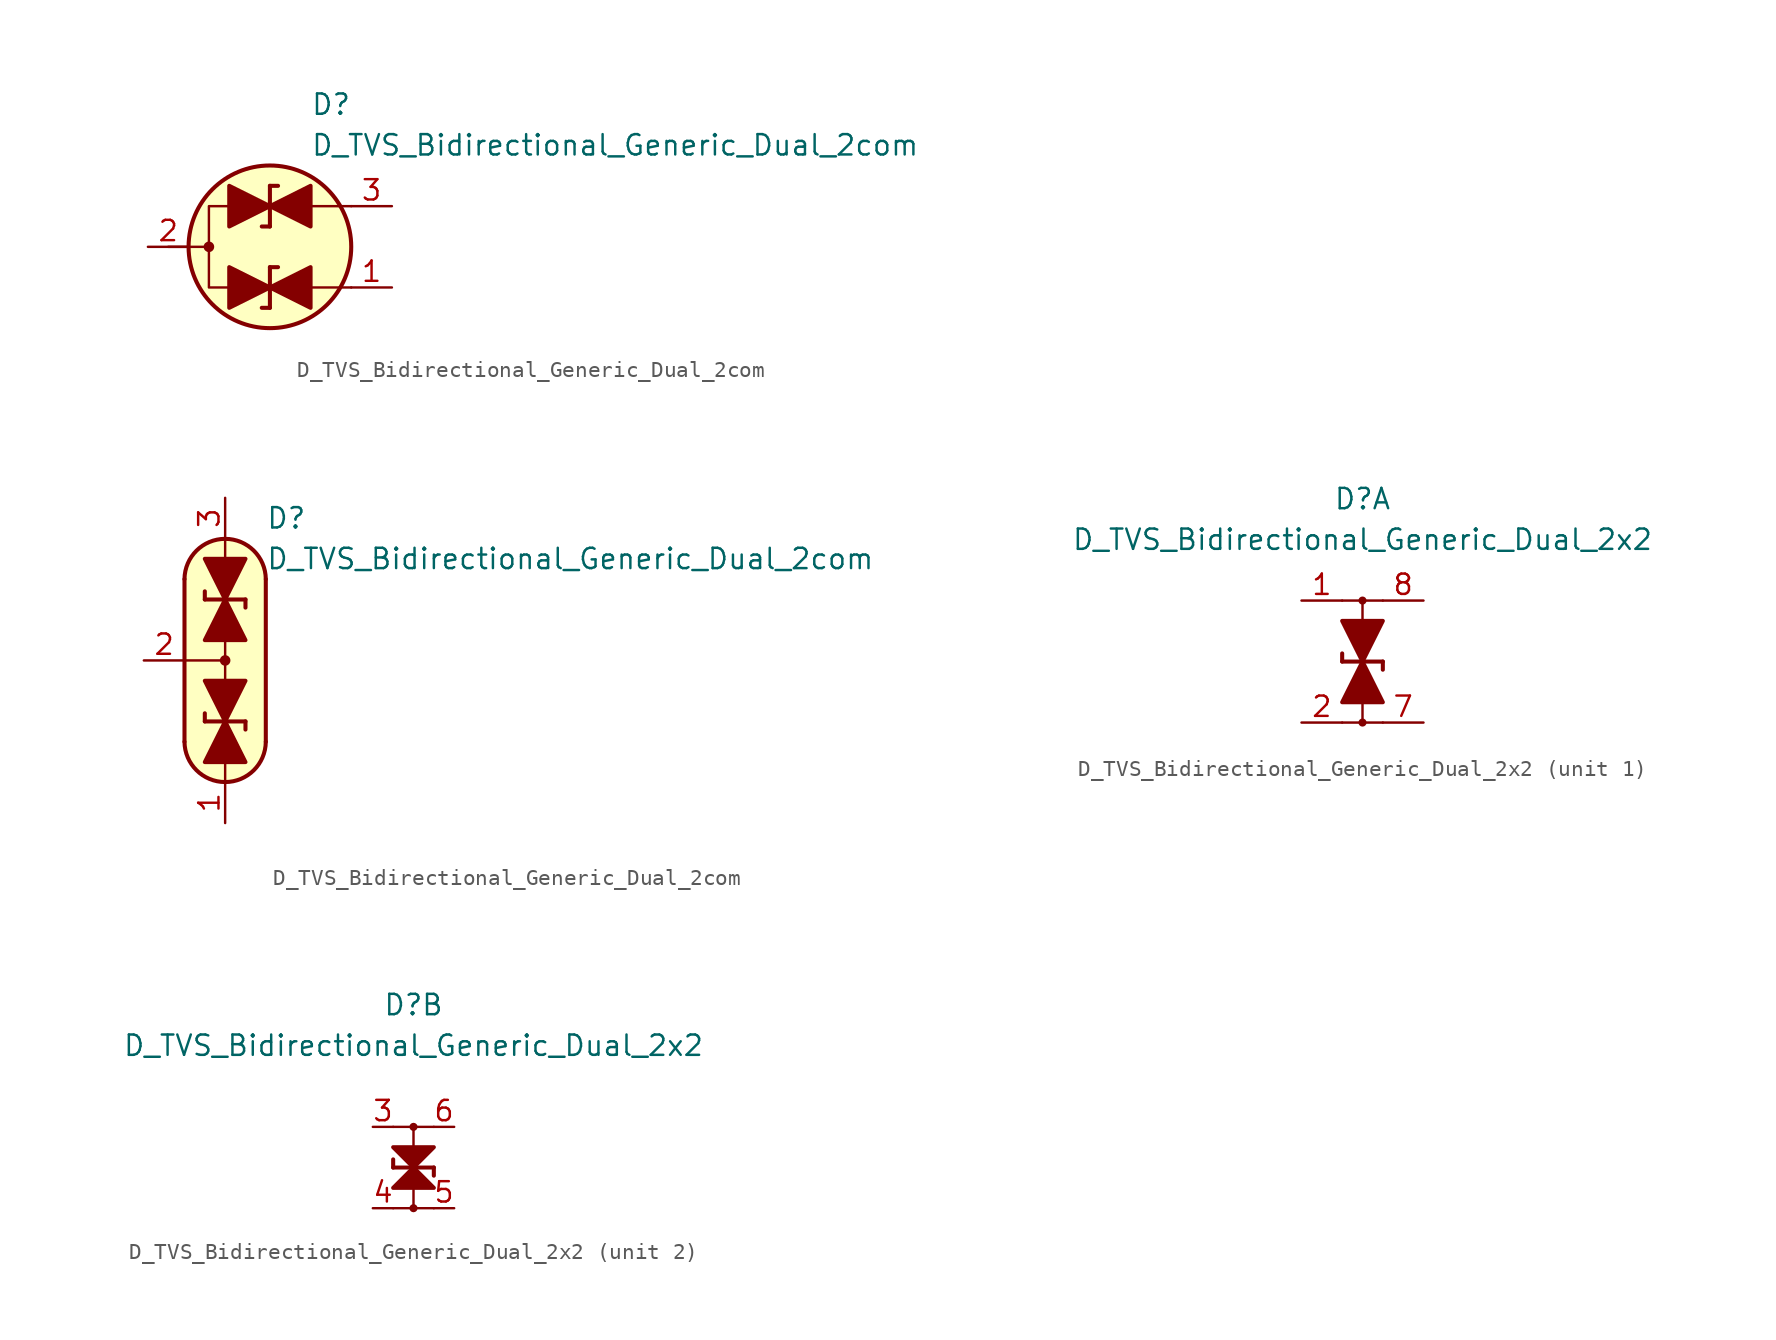
<source format=kicad_sym>
(kicad_symbol_lib
  (version 20231120)
  (generator "kicad_symbol_editor")
  (generator_version "8.0")
  (symbol "D_TVS_Bidirectional_Generic_Dual_2com"
    (pin_names
      (offset 1.016) hide)
    (property "Reference" "D"
      (at 2.54 8.89 0)
      (effects (font (size 1.27 1.27)) (justify left)))
    (property "Value" "D_TVS_Bidirectional_Generic_Dual_2com"
      (at 2.54 6.35 0)
      (effects (font (size 1.27 1.27)) (justify left)))
    (symbol "D_TVS_Bidirectional_Generic_Dual_2com_0_1"
      (circle (center -3.81 0) (radius 0.254) (stroke (width 0) (type default)) (fill (type outline)))
      (polyline (pts (xy -6.35 0) (xy -3.81 0)) (stroke (width 0) (type default)) (fill (type none)))
      (polyline (pts (xy 2.54 -2.54) (xy 5.08 -2.54)) (stroke (width 0) (type default)) (fill (type none)))
      (polyline (pts (xy 2.54 2.54) (xy 5.08 2.54)) (stroke (width 0) (type default)) (fill (type none)))
      (polyline (pts (xy -2.54 2.54) (xy -3.81 2.54) (xy -3.81 -2.54) (xy -2.54 -2.54)) (stroke (width 0) (type default)) (fill (type none)))
      (circle (center 0 0) (radius 5.08) (stroke (width 0.254) (type default)) (fill (type background))))
    (symbol "D_TVS_Bidirectional_Generic_Dual_2com_0_2"
      (arc (start -2.54 -5.08) (mid 0 -7.5976) (end 2.54 -5.08) (stroke (width 0.254) (type default)) (fill (type none)))
      (polyline (pts (xy -2.54 0) (xy 0 0)) (stroke (width 0) (type default)) (fill (type none)))
      (polyline (pts (xy -2.54 5.08) (xy -2.54 -5.08)) (stroke (width 0.254) (type default)) (fill (type none)))
      (polyline (pts (xy 0 -6.35) (xy 0 -7.62)) (stroke (width 0) (type default)) (fill (type none)))
      (polyline (pts (xy 0 1.27) (xy 0 -1.27)) (stroke (width 0) (type default)) (fill (type none)))
      (polyline (pts (xy 0 6.35) (xy 0 7.62)) (stroke (width 0) (type default)) (fill (type none)))
      (polyline (pts (xy 2.54 -5.08) (xy 2.54 5.08)) (stroke (width 0.254) (type default)) (fill (type none)))
      (polyline (pts (xy 0 -7.62) (xy -1.016 -7.366) (xy -1.778 -6.858) (xy -2.286 -6.096) (xy -2.54 -5.588) (xy -2.54 5.334) (xy -2.286 6.096) (xy -2.032 6.604) (xy -1.524 7.112) (xy -0.254 7.62) (xy 0.254 7.62) (xy 1.524 7.112) (xy 2.032 6.604) (xy 2.286 6.096) (xy 2.54 5.334) (xy 2.54 0.254) (xy 2.54 -5.334) (xy 2.286 -6.096) (xy 2.032 -6.604) (xy 1.524 -7.112) (xy 1.016 -7.366) (xy 0 -7.62)) (stroke (width 0.01) (type default)) (fill (type background)))
      (circle (center 0 0) (radius 0.254) (stroke (width 0) (type default)) (fill (type outline)))
      (arc (start 2.54 5.08) (mid 0 7.5976) (end -2.54 5.08) (stroke (width 0.254) (type default)) (fill (type none))))
    (symbol "D_TVS_Bidirectional_Generic_Dual_2com_1_1"
      (polyline (pts (xy -1.27 -2.54) (xy 1.27 -2.54)) (stroke (width 0) (type default)) (fill (type none)))
      (polyline (pts (xy -1.27 2.54) (xy 1.27 2.54)) (stroke (width 0) (type default)) (fill (type none)))
      (polyline (pts (xy 0 -3.81) (xy -0.508 -3.81)) (stroke (width 0.254) (type default)) (fill (type none)))
      (polyline (pts (xy 0 -3.81) (xy 0 -1.27)) (stroke (width 0.254) (type default)) (fill (type none)))
      (polyline (pts (xy 0 -1.27) (xy 0.508 -1.27)) (stroke (width 0.254) (type default)) (fill (type none)))
      (polyline (pts (xy 0 1.27) (xy -0.508 1.27)) (stroke (width 0.254) (type default)) (fill (type none)))
      (polyline (pts (xy 0 1.27) (xy 0 3.81)) (stroke (width 0.254) (type default)) (fill (type none)))
      (polyline (pts (xy 0 3.81) (xy 0.508 3.81)) (stroke (width 0.254) (type default)) (fill (type none)))
      (polyline (pts (xy -2.54 -3.81) (xy -2.54 -1.27) (xy 0 -2.54) (xy -2.54 -3.81)) (stroke (width 0.254) (type default)) (fill (type outline)))
      (polyline (pts (xy -2.54 1.27) (xy -2.54 3.81) (xy 0 2.54) (xy -2.54 1.27)) (stroke (width 0.254) (type default)) (fill (type outline)))
      (polyline (pts (xy 0 -2.54) (xy 2.54 -3.81) (xy 2.54 -1.27) (xy 0 -2.54)) (stroke (width 0.254) (type default)) (fill (type outline)))
      (polyline (pts (xy 0 2.54) (xy 2.54 1.27) (xy 2.54 3.81) (xy 0 2.54)) (stroke (width 0.254) (type default)) (fill (type outline)))
      (pin passive line (at 7.62 -2.54 180) (length 2.54) (name "A1" (effects (font (size 1.27 1.27)))) (number "1" (effects (font (size 1.27 1.27)))))
      (pin passive line (at -7.62 0 0) (length 2.54) (name "Com" (effects (font (size 1.27 1.27)))) (number "2" (effects (font (size 1.27 1.27)))))
      (pin passive line (at 7.62 2.54 180) (length 2.54) (name "A2" (effects (font (size 1.27 1.27)))) (number "3" (effects (font (size 1.27 1.27))))))
    (symbol "D_TVS_Bidirectional_Generic_Dual_2com_1_2"
      (polyline (pts (xy -1.27 -3.81) (xy -1.27 -3.302)) (stroke (width 0.254) (type default)) (fill (type none)))
      (polyline (pts (xy -1.27 3.81) (xy -1.27 4.318)) (stroke (width 0.254) (type default)) (fill (type none)))
      (polyline (pts (xy 1.27 -3.81) (xy -1.27 -3.81)) (stroke (width 0.254) (type default)) (fill (type none)))
      (polyline (pts (xy 1.27 -3.81) (xy 1.27 -4.318)) (stroke (width 0.254) (type default)) (fill (type none)))
      (polyline (pts (xy 1.27 3.81) (xy -1.27 3.81)) (stroke (width 0.254) (type default)) (fill (type none)))
      (polyline (pts (xy 1.27 3.81) (xy 1.27 3.302)) (stroke (width 0.254) (type default)) (fill (type none)))
      (polyline (pts (xy 0 -3.81) (xy 1.27 -1.27) (xy -1.27 -1.27) (xy 0 -3.81)) (stroke (width 0.254) (type default)) (fill (type outline)))
      (polyline (pts (xy 0 3.81) (xy 1.27 6.35) (xy -1.27 6.35) (xy 0 3.81)) (stroke (width 0.254) (type default)) (fill (type outline)))
      (polyline (pts (xy 1.27 -6.35) (xy -1.27 -6.35) (xy 0 -3.81) (xy 1.27 -6.35)) (stroke (width 0.254) (type default)) (fill (type outline)))
      (polyline (pts (xy 1.27 1.27) (xy -1.27 1.27) (xy 0 3.81) (xy 1.27 1.27)) (stroke (width 0.254) (type default)) (fill (type outline)))
      (pin passive line (at 0 -10.16 90) (length 2.54) (name "A1" (effects (font (size 1.27 1.27)))) (number "1" (effects (font (size 1.27 1.27)))))
      (pin passive line (at -5.08 0 0) (length 2.54) (name "Com" (effects (font (size 1.27 1.27)))) (number "2" (effects (font (size 1.27 1.27)))))
      (pin passive line (at 0 10.16 270) (length 2.54) (name "A2" (effects (font (size 1.27 1.27)))) (number "3" (effects (font (size 1.27 1.27)))))))
  (symbol "D_TVS_Bidirectional_Generic_Dual_2x2"
    (pin_names
      (offset 1.016) hide)
    (property "Reference" "D"
      (at 0 10.16 0)
      (effects (font (size 1.27 1.27))))
    (property "Value" "D_TVS_Bidirectional_Generic_Dual_2x2"
      (at 0 7.62 0)
      (effects (font (size 1.27 1.27))))
    (property "ki_locked" ""
      (at 0 0 0)
      (effects (font (size 1.27 1.27))))
    (symbol "D_TVS_Bidirectional_Generic_Dual_2x2_1_1"
      (circle (center 0 -3.81) (radius 0.178) (stroke (width 0) (type default)) (fill (type outline)))
      (polyline (pts (xy -1.27 -3.81) (xy 1.27 -3.81)) (stroke (width 0) (type default)) (fill (type none)))
      (polyline (pts (xy -1.27 0) (xy -1.27 0.508)) (stroke (width 0.254) (type default)) (fill (type none)))
      (polyline (pts (xy -1.27 0) (xy 1.27 0)) (stroke (width 0.254) (type default)) (fill (type none)))
      (polyline (pts (xy 0 -2.54) (xy 0 -3.81)) (stroke (width 0) (type default)) (fill (type none)))
      (polyline (pts (xy 0 1.27) (xy 0 -1.27)) (stroke (width 0) (type default)) (fill (type none)))
      (polyline (pts (xy 0 2.54) (xy 0 3.81)) (stroke (width 0) (type default)) (fill (type none)))
      (polyline (pts (xy 1.27 0) (xy 1.27 -0.508)) (stroke (width 0.254) (type default)) (fill (type none)))
      (polyline (pts (xy 1.27 3.81) (xy -1.27 3.81)) (stroke (width 0) (type default)) (fill (type none)))
      (polyline (pts (xy -1.27 2.54) (xy 1.27 2.54) (xy 0 0) (xy -1.27 2.54)) (stroke (width 0.254) (type default)) (fill (type outline)))
      (polyline (pts (xy 0 0) (xy -1.27 -2.54) (xy 1.27 -2.54) (xy 0 0)) (stroke (width 0.254) (type default)) (fill (type outline)))
      (circle (center 0 3.81) (radius 0.178) (stroke (width 0) (type default)) (fill (type outline)))
      (pin passive line (at -3.81 3.81 0) (length 2.54) (name "In1" (effects (font (size 1.27 1.27)))) (number "1" (effects (font (size 1.27 1.27)))))
      (pin passive line (at -3.81 -3.81 0) (length 2.54) (name "In2" (effects (font (size 1.27 1.27)))) (number "2" (effects (font (size 1.27 1.27)))))
      (pin passive line (at 3.81 -3.81 180) (length 2.54) (name "Out2" (effects (font (size 1.27 1.27)))) (number "7" (effects (font (size 1.27 1.27)))))
      (pin passive line (at 3.81 3.81 180) (length 2.54) (name "Out1" (effects (font (size 1.27 1.27)))) (number "8" (effects (font (size 1.27 1.27))))))
    (symbol "D_TVS_Bidirectional_Generic_Dual_2x2_2_1"
      (circle (center 0 -2.54) (radius 0.178) (stroke (width 0) (type default)) (fill (type outline)))
      (polyline (pts (xy -1.27 -2.54) (xy 1.27 -2.54)) (stroke (width 0) (type default)) (fill (type none)))
      (polyline (pts (xy -1.27 0) (xy -1.27 0.508)) (stroke (width 0.254) (type default)) (fill (type none)))
      (polyline (pts (xy -1.27 0) (xy 1.27 0)) (stroke (width 0.254) (type default)) (fill (type none)))
      (polyline (pts (xy 0 -1.27) (xy 0 -2.54)) (stroke (width 0) (type default)) (fill (type none)))
      (polyline (pts (xy 0 1.27) (xy 0 -1.27)) (stroke (width 0) (type default)) (fill (type none)))
      (polyline (pts (xy 0 1.27) (xy 0 2.54)) (stroke (width 0) (type default)) (fill (type none)))
      (polyline (pts (xy 1.27 0) (xy 1.27 -0.508)) (stroke (width 0.254) (type default)) (fill (type none)))
      (polyline (pts (xy 1.27 2.54) (xy -1.27 2.54)) (stroke (width 0) (type default)) (fill (type none)))
      (polyline (pts (xy -1.27 1.27) (xy 1.27 1.27) (xy 0 0) (xy -1.27 1.27)) (stroke (width 0.254) (type default)) (fill (type outline)))
      (polyline (pts (xy 0 0) (xy -1.27 -1.27) (xy 1.27 -1.27) (xy 0 0)) (stroke (width 0.254) (type default)) (fill (type outline)))
      (circle (center 0 2.54) (radius 0.178) (stroke (width 0) (type default)) (fill (type outline)))
      (pin passive line (at -2.54 2.54 0) (length 1.27) (name "In3" (effects (font (size 1.27 1.27)))) (number "3" (effects (font (size 1.27 1.27)))))
      (pin passive line (at -2.54 -2.54 0) (length 1.27) (name "In4" (effects (font (size 1.27 1.27)))) (number "4" (effects (font (size 1.27 1.27)))))
      (pin passive line (at 2.54 -2.54 180) (length 1.27) (name "Out4" (effects (font (size 1.27 1.27)))) (number "5" (effects (font (size 1.27 1.27)))))
      (pin passive line (at 2.54 2.54 180) (length 1.27) (name "Out3" (effects (font (size 1.27 1.27)))) (number "6" (effects (font (size 1.27 1.27))))))))
</source>
